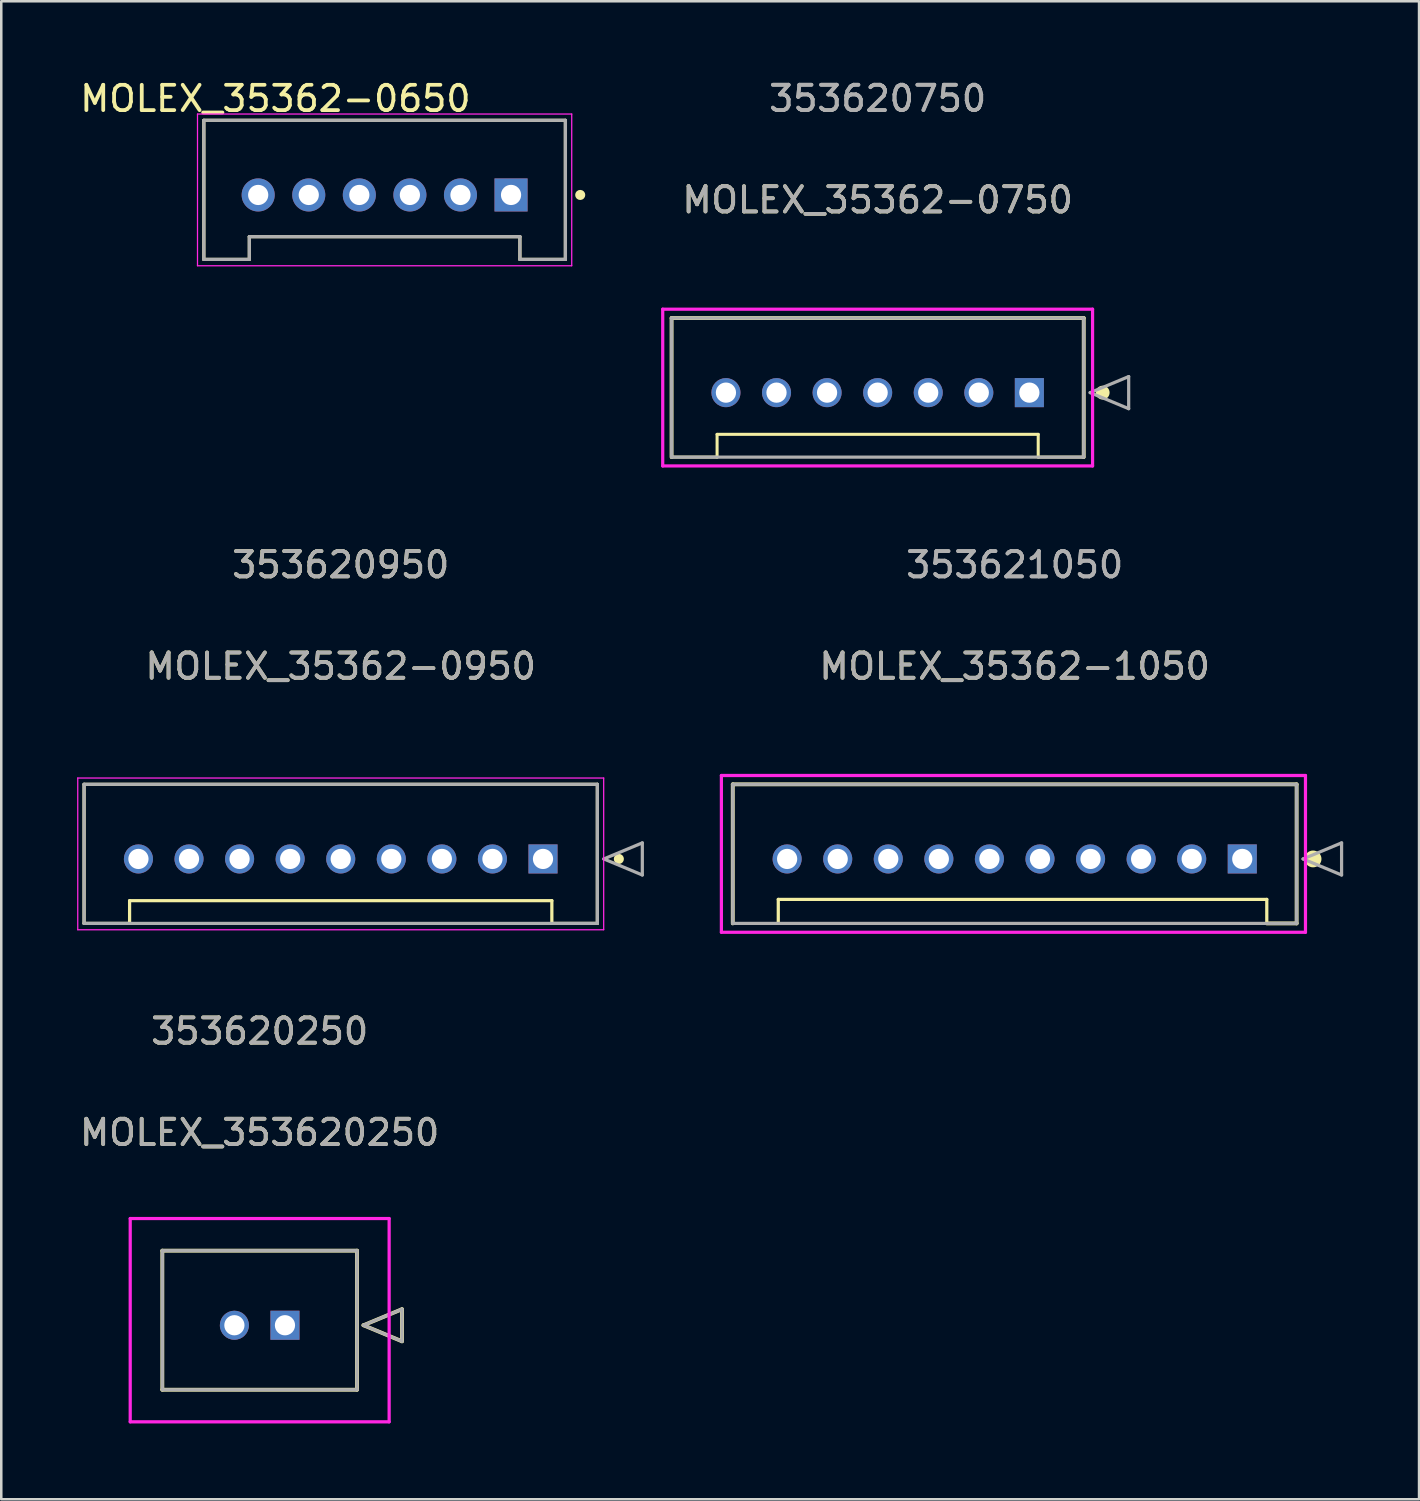
<source format=kicad_pcb>
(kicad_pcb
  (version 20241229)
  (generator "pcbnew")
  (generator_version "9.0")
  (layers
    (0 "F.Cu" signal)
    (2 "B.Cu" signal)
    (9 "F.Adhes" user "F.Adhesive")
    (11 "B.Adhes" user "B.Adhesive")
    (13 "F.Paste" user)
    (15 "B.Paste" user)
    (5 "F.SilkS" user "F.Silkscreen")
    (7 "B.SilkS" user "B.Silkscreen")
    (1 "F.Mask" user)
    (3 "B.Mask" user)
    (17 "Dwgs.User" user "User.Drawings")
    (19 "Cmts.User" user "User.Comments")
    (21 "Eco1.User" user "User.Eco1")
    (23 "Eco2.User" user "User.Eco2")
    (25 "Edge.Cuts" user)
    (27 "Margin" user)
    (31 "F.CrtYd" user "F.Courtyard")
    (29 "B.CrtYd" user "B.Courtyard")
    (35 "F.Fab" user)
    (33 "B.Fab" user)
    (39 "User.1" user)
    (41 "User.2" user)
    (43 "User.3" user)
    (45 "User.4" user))
  (footprint "MOLEX_35362-0950"
    (layer "F.Cu")
    (at 10.425 30.92)
    (property "Reference" "MOLEX_35362-0950" (at 0.000021 -7.62 0) (unlocked yes) (layer "F.SilkS") (effects (font (size 1 1) (thickness 0.15))))
    (attr through_hole)
    (fp_line (start -10.15 -2.95) (end -10.15 2.55) (stroke (width 0.127) (type solid)) (layer "F.SilkS"))
    (fp_line (start -10.15 2.55) (end -8.35 2.55) (stroke (width 0.127) (type solid)) (layer "F.SilkS"))
    (fp_line (start -8.35 1.65) (end 8.35 1.65) (stroke (width 0.127) (type default)) (layer "F.SilkS"))
    (fp_line (start -8.35 2.55) (end -8.35 1.65) (stroke (width 0.127) (type solid)) (layer "F.SilkS"))
    (fp_line (start 8.35 1.65) (end 8.35 2.55) (stroke (width 0.127) (type solid)) (layer "F.SilkS"))
    (fp_line (start 8.35 2.55) (end 10.15 2.55) (stroke (width 0.127) (type solid)) (layer "F.SilkS"))
    (fp_line (start 10.15 -2.95) (end -10.15 -2.95) (stroke (width 0.127) (type solid)) (layer "F.SilkS"))
    (fp_line (start 10.15 2.55) (end 10.15 -2.95) (stroke (width 0.127) (type solid)) (layer "F.SilkS"))
    (fp_circle (center 11 0) (end 11.1 0) (stroke (width 0.2) (type solid)) (fill no) (layer "F.SilkS"))
    (fp_line (start -10.4 -3.2) (end 10.4 -3.2) (stroke (width 0.05) (type default)) (layer "F.CrtYd"))
    (fp_line (start -10.4 2.8) (end -10.4 -3.2) (stroke (width 0.05) (type solid)) (layer "F.CrtYd"))
    (fp_line (start 10.4 2.8) (end -10.4 2.8) (stroke (width 0.05) (type default)) (layer "F.CrtYd"))
    (fp_line (start 10.4 2.8) (end 10.4 -3.2) (stroke (width 0.05) (type solid)) (layer "F.CrtYd"))
    (fp_line (start -10.15 -2.95) (end -10.15 2.55) (stroke (width 0.127) (type solid)) (layer "F.Fab"))
    (fp_line (start -10.15 2.55) (end 10.15 2.55) (stroke (width 0.127) (type solid)) (layer "F.Fab"))
    (fp_line (start 10.15 -2.95) (end -10.15 -2.95) (stroke (width 0.127) (type solid)) (layer "F.Fab"))
    (fp_line (start 10.15 2.55) (end 10.15 -2.95) (stroke (width 0.127) (type solid)) (layer "F.Fab"))
    (fp_line (start 10.404 0) (end 11.928 -0.635) (stroke (width 0.127) (type solid)) (layer "F.Fab"))
    (fp_line (start 11.928 -0.635) (end 11.928 0.635) (stroke (width 0.127) (type solid)) (layer "F.Fab"))
    (fp_line (start 11.928 0.635) (end 10.404 0) (stroke (width 0.127) (type solid)) (layer "F.Fab"))
    (fp_text user "353620950" (at 0.000021 -11.63 0) (unlocked yes) (layer "F.SilkS") (effects (font (size 1 1) (thickness 0.15))))
    (fp_text user "353620950" (at 0.000021 -11.63 0) (unlocked yes) (layer "F.Fab") (effects (font (size 1 1) (thickness 0.15))))
    (fp_text user "${REFERENCE}" (at 0.000021 -7.62 0) (unlocked yes) (layer "F.Fab") (effects (font (size 1 1) (thickness 0.15))))
    (pad "1" thru_hole rect (at 8 0) (size 1.15 1.15) (drill 0.8) (layers "*.Cu" "*.Mask"))
    (pad "2" thru_hole circle (at 6 0) (size 1.15 1.15) (drill 0.8) (layers "*.Cu" "*.Mask"))
    (pad "3" thru_hole circle (at 4 0) (size 1.15 1.15) (drill 0.8) (layers "*.Cu" "*.Mask"))
    (pad "4" thru_hole circle (at 2 0) (size 1.15 1.15) (drill 0.8) (layers "*.Cu" "*.Mask"))
    (pad "5" thru_hole circle (at 0.000001 0) (size 1.15 1.15) (drill 0.8) (layers "*.Cu" "*.Mask"))
    (pad "6" thru_hole circle (at -2 0) (size 1.15 1.15) (drill 0.8) (layers "*.Cu" "*.Mask"))
    (pad "7" thru_hole circle (at -4 0) (size 1.15 1.15) (drill 0.8) (layers "*.Cu" "*.Mask"))
    (pad "8" thru_hole circle (at -6 0) (size 1.15 1.15) (drill 0.8) (layers "*.Cu" "*.Mask"))
    (pad "9" thru_hole circle (at -8 0) (size 1.15 1.15) (drill 0.8) (layers "*.Cu" "*.Mask")))
  (footprint "MOLEX_35362-0650"
    (layer "F.Cu")
    (at 12.161 4.66)
    (property "Reference" "MOLEX_35362-0650" (at -4.319 -3.811 0) (layer "F.SilkS") (effects (font (size 1 1) (thickness 0.15))))
    (attr through_hole)
    (fp_line (start -7.15 -2.95) (end 7.15 -2.95) (stroke (width 0.127) (type solid)) (layer "F.SilkS"))
    (fp_line (start -7.15 2.55) (end -7.15 -2.95) (stroke (width 0.127) (type solid)) (layer "F.SilkS"))
    (fp_line (start -7.15 2.55) (end -5.35 2.55) (stroke (width 0.127) (type solid)) (layer "F.SilkS"))
    (fp_line (start -5.35 1.65) (end 5.35 1.65) (stroke (width 0.127) (type solid)) (layer "F.SilkS"))
    (fp_line (start -5.35 2.55) (end -5.35 1.65) (stroke (width 0.127) (type solid)) (layer "F.SilkS"))
    (fp_line (start 5.35 1.65) (end 5.35 2.55) (stroke (width 0.127) (type solid)) (layer "F.SilkS"))
    (fp_line (start 5.35 2.55) (end 7.15 2.55) (stroke (width 0.127) (type solid)) (layer "F.SilkS"))
    (fp_line (start 7.15 -2.95) (end 7.15 2.55) (stroke (width 0.127) (type solid)) (layer "F.SilkS"))
    (fp_circle (center 7.736 0) (end 7.836 0) (stroke (width 0.2) (type solid)) (fill no) (layer "F.SilkS"))
    (fp_line (start -7.4 -3.2) (end 7.4 -3.2) (stroke (width 0.05) (type solid)) (layer "F.CrtYd"))
    (fp_line (start -7.4 2.8) (end -7.4 -3.2) (stroke (width 0.05) (type solid)) (layer "F.CrtYd"))
    (fp_line (start 7.4 -3.2) (end 7.4 2.8) (stroke (width 0.05) (type solid)) (layer "F.CrtYd"))
    (fp_line (start 7.4 2.8) (end -7.4 2.8) (stroke (width 0.05) (type solid)) (layer "F.CrtYd"))
    (fp_line (start -7.15 -2.95) (end 7.15 -2.95) (stroke (width 0.127) (type solid)) (layer "F.Fab"))
    (fp_line (start -7.15 2.55) (end -7.15 -2.95) (stroke (width 0.127) (type solid)) (layer "F.Fab"))
    (fp_line (start -7.15 2.55) (end -5.35 2.55) (stroke (width 0.127) (type solid)) (layer "F.Fab"))
    (fp_line (start -5.35 1.65) (end 5.35 1.65) (stroke (width 0.127) (type solid)) (layer "F.Fab"))
    (fp_line (start -5.35 2.55) (end -5.35 1.65) (stroke (width 0.127) (type solid)) (layer "F.Fab"))
    (fp_line (start 5.35 1.65) (end 5.35 2.55) (stroke (width 0.127) (type solid)) (layer "F.Fab"))
    (fp_line (start 5.35 2.55) (end 7.15 2.55) (stroke (width 0.127) (type solid)) (layer "F.Fab"))
    (fp_line (start 7.15 -2.95) (end 7.15 2.55) (stroke (width 0.127) (type solid)) (layer "F.Fab"))
    (pad "1" thru_hole rect (at 5 0) (size 1.308 1.308) (drill 0.8) (layers "*.Cu" "*.Mask"))
    (pad "2" thru_hole circle (at 3 0) (size 1.308 1.308) (drill 0.8) (layers "*.Cu" "*.Mask"))
    (pad "3" thru_hole circle (at 1 0) (size 1.308 1.308) (drill 0.8) (layers "*.Cu" "*.Mask"))
    (pad "4" thru_hole circle (at -1 0) (size 1.308 1.308) (drill 0.8) (layers "*.Cu" "*.Mask"))
    (pad "5" thru_hole circle (at -3 0) (size 1.308 1.308) (drill 0.8) (layers "*.Cu" "*.Mask"))
    (pad "6" thru_hole circle (at -5 0) (size 1.308 1.308) (drill 0.8) (layers "*.Cu" "*.Mask")))
  (footprint "MOLEX_35362-0750"
    (layer "F.Cu")
    (at 37.66 12.478)
    (property "Reference" "MOLEX_35362-0750" (at -6 -7.62 0) (unlocked yes) (layer "F.SilkS") (effects (font (size 1 1) (thickness 0.15))))
    (attr through_hole)
    (fp_line (start -14.15 -2.95) (end -14.15 2.55) (stroke (width 0.152) (type solid)) (layer "F.SilkS"))
    (fp_line (start -14.15 2.55) (end -12.35 2.55) (stroke (width 0.12) (type default)) (layer "F.SilkS"))
    (fp_line (start -12.35 2.55) (end -12.35 1.65) (stroke (width 0.12) (type default)) (layer "F.SilkS"))
    (fp_line (start 0.35 1.65) (end -12.35 1.65) (stroke (width 0.12) (type default)) (layer "F.SilkS"))
    (fp_line (start 0.35 2.55) (end 0.35 1.65) (stroke (width 0.12) (type default)) (layer "F.SilkS"))
    (fp_line (start 2.15 -2.95) (end -14.15 -2.95) (stroke (width 0.152) (type solid)) (layer "F.SilkS"))
    (fp_line (start 2.15 2.55) (end 0.35 2.55) (stroke (width 0.12) (type default)) (layer "F.SilkS"))
    (fp_line (start 2.15 2.55) (end 2.15 -2.95) (stroke (width 0.152) (type solid)) (layer "F.SilkS"))
    (fp_circle (center 2.9 0) (end 3.124 0) (stroke (width 0.1) (type solid)) (fill yes) (layer "F.SilkS"))
    (fp_line (start -14.5 -3.3) (end -14.5 2.9) (stroke (width 0.127) (type solid)) (layer "F.CrtYd"))
    (fp_line (start -14.5 2.9) (end 2.5 2.9) (stroke (width 0.127) (type solid)) (layer "F.CrtYd"))
    (fp_line (start 2.5 -3.3) (end -14.5 -3.3) (stroke (width 0.127) (type solid)) (layer "F.CrtYd"))
    (fp_line (start 2.5 2.9) (end 2.5 -3.3) (stroke (width 0.127) (type solid)) (layer "F.CrtYd"))
    (fp_line (start -14.15 -2.95) (end -14.15 2.55) (stroke (width 0.127) (type solid)) (layer "F.Fab"))
    (fp_line (start -14.15 2.55) (end 2.15 2.55) (stroke (width 0.127) (type solid)) (layer "F.Fab"))
    (fp_line (start 2.15 -2.95) (end -14.15 -2.95) (stroke (width 0.127) (type solid)) (layer "F.Fab"))
    (fp_line (start 2.15 2.55) (end 2.15 -2.95) (stroke (width 0.127) (type solid)) (layer "F.Fab"))
    (fp_line (start 2.404 0) (end 3.928 -0.635) (stroke (width 0.127) (type solid)) (layer "F.Fab"))
    (fp_line (start 3.928 -0.635) (end 3.928 0.635) (stroke (width 0.127) (type solid)) (layer "F.Fab"))
    (fp_line (start 3.928 0.635) (end 2.404 0) (stroke (width 0.127) (type solid)) (layer "F.Fab"))
    (fp_text user "${REFERENCE}" (at -6 -7.62 0) (unlocked yes) (layer "F.Fab") (effects (font (size 1 1) (thickness 0.15))))
    (fp_text user "353620750" (at -6 -11.63 0) (unlocked yes) (layer "F.Fab") (effects (font (size 1 1) (thickness 0.15))))
    (fp_text user "353620750" (at -6 -11.63 0) (unlocked yes) (layer "F.Fab") (effects (font (size 1 1) (thickness 0.15))))
    (pad "1" thru_hole rect (at 0 0) (size 1.15 1.15) (drill 0.8) (layers "*.Cu" "*.Mask"))
    (pad "2" thru_hole circle (at -2 0) (size 1.15 1.15) (drill 0.8) (layers "*.Cu" "*.Mask"))
    (pad "3" thru_hole circle (at -4 0) (size 1.15 1.15) (drill 0.8) (layers "*.Cu" "*.Mask"))
    (pad "4" thru_hole circle (at -6 0) (size 1.15 1.15) (drill 0.8) (layers "*.Cu" "*.Mask"))
    (pad "5" thru_hole circle (at -8 0) (size 1.15 1.15) (drill 0.8) (layers "*.Cu" "*.Mask"))
    (pad "6" thru_hole circle (at -10 0) (size 1.15 1.15) (drill 0.8) (layers "*.Cu" "*.Mask"))
    (pad "7" thru_hole circle (at -12 0) (size 1.15 1.15) (drill 0.8) (layers "*.Cu" "*.Mask")))
  (footprint "MOLEX_35362-1050"
    (layer "F.Cu")
    (at 46.08 30.92)
    (property "Reference" "MOLEX_35362-1050" (at -9 -7.62 0) (unlocked yes) (layer "F.SilkS") (effects (font (size 1 1) (thickness 0.15))))
    (attr through_hole)
    (fp_line (start -20.15 -2.95) (end -20.15 2.55) (stroke (width 0.152) (type solid)) (layer "F.SilkS"))
    (fp_line (start -20.15 2.55) (end -18.35 2.55) (stroke (width 0.1) (type default)) (layer "F.SilkS"))
    (fp_line (start -18.35 1.6) (end 0.97 1.6) (stroke (width 0.127) (type default)) (layer "F.SilkS"))
    (fp_line (start -18.35 2.55) (end -18.35 1.6) (stroke (width 0.127) (type solid)) (layer "F.SilkS"))
    (fp_line (start 0.97 1.6) (end 0.97 2.55) (stroke (width 0.127) (type solid)) (layer "F.SilkS"))
    (fp_line (start 0.97 2.55) (end 2.15 2.55) (stroke (width 0.152) (type solid)) (layer "F.SilkS"))
    (fp_line (start 2.15 -2.95) (end -20.15 -2.95) (stroke (width 0.152) (type solid)) (layer "F.SilkS"))
    (fp_line (start 2.15 2.55) (end 2.15 -2.95) (stroke (width 0.152) (type solid)) (layer "F.SilkS"))
    (fp_circle (center 2.8 0) (end 3.083 0) (stroke (width 0.1) (type solid)) (fill yes) (layer "F.SilkS"))
    (fp_line (start -20.6 -3.3) (end -20.6 2.9) (stroke (width 0.127) (type solid)) (layer "F.CrtYd"))
    (fp_line (start -20.6 2.9) (end 2.5 2.9) (stroke (width 0.127) (type solid)) (layer "F.CrtYd"))
    (fp_line (start 2.5 -3.3) (end -20.6 -3.3) (stroke (width 0.127) (type solid)) (layer "F.CrtYd"))
    (fp_line (start 2.5 2.9) (end 2.5 -3.3) (stroke (width 0.127) (type solid)) (layer "F.CrtYd"))
    (fp_line (start -20.15 -2.95) (end -20.15 2.55) (stroke (width 0.127) (type solid)) (layer "F.Fab"))
    (fp_line (start -20.15 2.55) (end 2.15 2.55) (stroke (width 0.127) (type solid)) (layer "F.Fab"))
    (fp_line (start 2.15 -2.95) (end -20.15 -2.95) (stroke (width 0.127) (type solid)) (layer "F.Fab"))
    (fp_line (start 2.15 2.55) (end 2.15 -2.95) (stroke (width 0.127) (type solid)) (layer "F.Fab"))
    (fp_line (start 2.404 0) (end 3.928 -0.635) (stroke (width 0.127) (type solid)) (layer "F.Fab"))
    (fp_line (start 3.928 -0.635) (end 3.928 0.635) (stroke (width 0.127) (type solid)) (layer "F.Fab"))
    (fp_line (start 3.928 0.635) (end 2.404 0) (stroke (width 0.127) (type solid)) (layer "F.Fab"))
    (fp_text user "353621050" (at -9 -11.63 0) (unlocked yes) (layer "F.Fab") (effects (font (size 1 1) (thickness 0.15))))
    (fp_text user "353621050" (at -9 -11.63 0) (unlocked yes) (layer "F.Fab") (effects (font (size 1 1) (thickness 0.15))))
    (fp_text user "${REFERENCE}" (at -9 -7.62 0) (unlocked yes) (layer "F.Fab") (effects (font (size 1 1) (thickness 0.15))))
    (pad "1" thru_hole rect (at 0 0) (size 1.15 1.15) (drill 0.8) (layers "*.Cu" "*.Mask"))
    (pad "2" thru_hole circle (at -2 0) (size 1.15 1.15) (drill 0.8) (layers "*.Cu" "*.Mask"))
    (pad "3" thru_hole circle (at -4 0) (size 1.15 1.15) (drill 0.8) (layers "*.Cu" "*.Mask"))
    (pad "4" thru_hole circle (at -6 0) (size 1.15 1.15) (drill 0.8) (layers "*.Cu" "*.Mask"))
    (pad "5" thru_hole circle (at -8 0) (size 1.15 1.15) (drill 0.8) (layers "*.Cu" "*.Mask"))
    (pad "6" thru_hole circle (at -10 0) (size 1.15 1.15) (drill 0.8) (layers "*.Cu" "*.Mask"))
    (pad "7" thru_hole circle (at -12 0) (size 1.15 1.15) (drill 0.8) (layers "*.Cu" "*.Mask"))
    (pad "8" thru_hole circle (at -14 0) (size 1.15 1.15) (drill 0.8) (layers "*.Cu" "*.Mask"))
    (pad "9" thru_hole circle (at -16 0) (size 1.15 1.15) (drill 0.8) (layers "*.Cu" "*.Mask"))
    (pad "10" thru_hole circle (at -18 0) (size 1.15 1.15) (drill 0.8) (layers "*.Cu" "*.Mask")))
  (footprint "MOLEX_353620250"
    (layer "F.Cu")
    (at 8.22 49.362)
    (property "Reference" "MOLEX_353620250" (at -1 -7.62 0) (unlocked yes) (layer "F.SilkS") (effects (font (size 1 1) (thickness 0.15))))
    (attr through_hole)
    (fp_line (start -4.85 -2.95) (end -4.85 2.55) (stroke (width 0.152) (type solid)) (layer "F.SilkS"))
    (fp_line (start -4.85 2.55) (end 2.85 2.55) (stroke (width 0.152) (type solid)) (layer "F.SilkS"))
    (fp_line (start 2.85 -2.95) (end -4.85 -2.95) (stroke (width 0.152) (type solid)) (layer "F.SilkS"))
    (fp_line (start 2.85 2.55) (end 2.85 -2.95) (stroke (width 0.152) (type solid)) (layer "F.SilkS"))
    (fp_line (start 3.104 0) (end 4.628 -0.635) (stroke (width 0.152) (type solid)) (layer "F.SilkS"))
    (fp_line (start 4.628 -0.635) (end 4.628 0.635) (stroke (width 0.152) (type solid)) (layer "F.SilkS"))
    (fp_line (start 4.628 0.635) (end 3.104 0) (stroke (width 0.152) (type solid)) (layer "F.SilkS"))
    (fp_line (start -6.12 -4.22) (end -6.12 3.82) (stroke (width 0.127) (type solid)) (layer "F.CrtYd"))
    (fp_line (start -6.12 3.82) (end 4.12 3.82) (stroke (width 0.127) (type solid)) (layer "F.CrtYd"))
    (fp_line (start 4.12 -4.22) (end -6.12 -4.22) (stroke (width 0.127) (type solid)) (layer "F.CrtYd"))
    (fp_line (start 4.12 3.82) (end 4.12 -4.22) (stroke (width 0.127) (type solid)) (layer "F.CrtYd"))
    (fp_line (start -4.85 -2.95) (end -4.85 2.55) (stroke (width 0.127) (type solid)) (layer "F.Fab"))
    (fp_line (start -4.85 2.55) (end 2.85 2.55) (stroke (width 0.127) (type solid)) (layer "F.Fab"))
    (fp_line (start 2.85 -2.95) (end -4.85 -2.95) (stroke (width 0.127) (type solid)) (layer "F.Fab"))
    (fp_line (start 2.85 2.55) (end 2.85 -2.95) (stroke (width 0.127) (type solid)) (layer "F.Fab"))
    (fp_line (start 3.104 0) (end 4.628 -0.635) (stroke (width 0.127) (type solid)) (layer "F.Fab"))
    (fp_line (start 4.628 -0.635) (end 4.628 0.635) (stroke (width 0.127) (type solid)) (layer "F.Fab"))
    (fp_line (start 4.628 0.635) (end 3.104 0) (stroke (width 0.127) (type solid)) (layer "F.Fab"))
    (fp_text user "353620250" (at -1 -11.63 0) (unlocked yes) (layer "F.SilkS") (effects (font (size 1 1) (thickness 0.15))))
    (fp_text user "353620250" (at -1 -11.63 0) (unlocked yes) (layer "F.Fab") (effects (font (size 1 1) (thickness 0.15))))
    (fp_text user "${REFERENCE}" (at -1 -7.62 0) (unlocked yes) (layer "F.Fab") (effects (font (size 1 1) (thickness 0.15))))
    (pad "1" thru_hole rect (at 0 0) (size 1.15 1.15) (drill 0.8) (layers "*.Cu" "*.Mask"))
    (pad "2" thru_hole circle (at -2 0) (size 1.15 1.15) (drill 0.8) (layers "*.Cu" "*.Mask")))
  (gr_rect
    (start -3 -3)
    (end 53.072 56.245)
    (stroke (width 0.1) (type default))
    (fill no)
    (layer "Edge.Cuts")))
</source>
